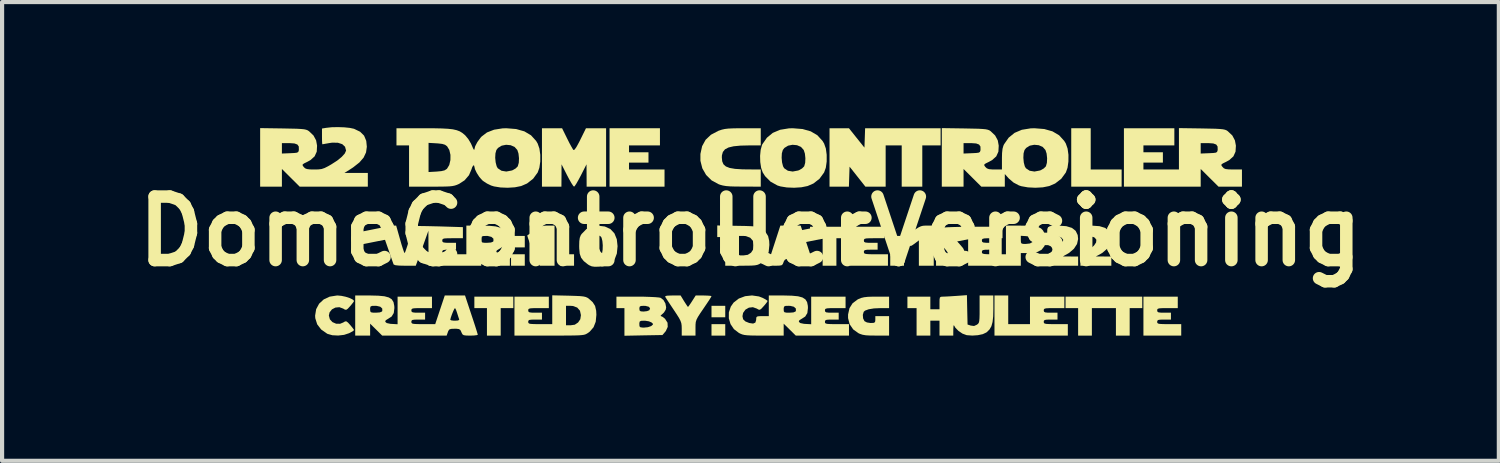
<source format=kicad_pcb>
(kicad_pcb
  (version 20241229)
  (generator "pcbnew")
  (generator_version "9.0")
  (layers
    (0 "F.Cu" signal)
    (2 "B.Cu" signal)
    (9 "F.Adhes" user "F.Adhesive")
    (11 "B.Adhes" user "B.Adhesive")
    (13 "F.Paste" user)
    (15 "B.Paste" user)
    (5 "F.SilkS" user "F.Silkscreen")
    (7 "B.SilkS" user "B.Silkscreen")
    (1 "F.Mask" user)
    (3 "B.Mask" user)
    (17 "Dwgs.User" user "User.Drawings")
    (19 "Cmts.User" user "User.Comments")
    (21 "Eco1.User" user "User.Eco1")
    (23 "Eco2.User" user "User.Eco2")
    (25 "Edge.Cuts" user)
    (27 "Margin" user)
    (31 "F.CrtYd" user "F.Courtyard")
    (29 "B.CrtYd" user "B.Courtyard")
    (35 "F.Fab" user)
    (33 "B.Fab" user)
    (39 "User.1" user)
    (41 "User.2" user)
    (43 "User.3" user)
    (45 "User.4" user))
  (footprint "DomeControllerVersioning"
    (layer "F.Cu")
    (at 14.957 2.501)
    (property "Reference" "DomeControllerVersioning" (at 0 0 0) (layer "F.SilkS") (effects (font (size 1.524 1.524) (thickness 0.3))))
    (attr board_only exclude_from_pos_files exclude_from_bom)
    (fp_poly (pts (xy -5.415 0.385) (xy -5.745 0.385) (xy -5.745 0.11) (xy -5.415 0.11)) (stroke (width 0) (type solid)) (fill yes) (layer "F.SilkS"))
    (fp_poly (pts (xy -5.415 0.825) (xy -5.745 0.825) (xy -5.745 0.55) (xy -5.415 0.55)) (stroke (width 0) (type solid)) (fill yes) (layer "F.SilkS"))
    (fp_poly (pts (xy -4.233 0.825) (xy -4.563 0.825) (xy -4.563 0.55) (xy -4.233 0.55)) (stroke (width 0) (type solid)) (fill yes) (layer "F.SilkS"))
    (fp_poly (pts (xy -0.605 2.062) (xy -0.935 2.062) (xy -0.935 1.787) (xy -0.605 1.787)) (stroke (width 0) (type solid)) (fill yes) (layer "F.SilkS"))
    (fp_poly (pts (xy -0.605 2.502) (xy -0.935 2.502) (xy -0.935 2.227) (xy -0.605 2.227)) (stroke (width 0) (type solid)) (fill yes) (layer "F.SilkS"))
    (fp_poly (pts (xy 3.684 0.385) (xy 3.354 0.385) (xy 3.354 0.11) (xy 3.684 0.11)) (stroke (width 0) (type solid)) (fill yes) (layer "F.SilkS"))
    (fp_poly (pts (xy 3.684 0.825) (xy 3.354 0.825) (xy 3.354 0.55) (xy 3.684 0.55)) (stroke (width 0) (type solid)) (fill yes) (layer "F.SilkS"))
    (fp_poly (pts (xy 8.164 -1.484) (xy 8.906 -1.484) (xy 8.906 -1.072) (xy 7.697 -1.072) (xy 7.697 -2.474) (xy 8.164 -2.474)) (stroke (width 0) (type solid)) (fill yes) (layer "F.SilkS"))
    (fp_poly (pts (xy -5.69 1.842) (xy -5.993 1.842) (xy -5.993 2.502) (xy -6.323 2.502) (xy -6.323 1.842) (xy -6.625 1.842) (xy -6.625 1.567) (xy -5.69 1.567)) (stroke (width 0) (type solid)) (fill yes) (layer "F.SilkS"))
    (fp_poly (pts (xy 2.364 0.165) (xy 2.062 0.165) (xy 2.062 0.825) (xy 1.732 0.825) (xy 1.732 0.165) (xy 1.429 0.165) (xy 1.429 -0.11) (xy 2.364 -0.11)) (stroke (width 0) (type solid)) (fill yes) (layer "F.SilkS"))
    (fp_poly (pts (xy -2.172 -2.062) (xy -2.914 -2.062) (xy -2.914 -1.897) (xy -2.447 -1.897) (xy -2.447 -1.649) (xy -2.914 -1.649) (xy -2.914 -1.484) (xy -2.062 -1.484) (xy -2.062 -1.072) (xy -3.381 -1.072) (xy -3.381 -2.474) (xy -2.172 -2.474)) (stroke (width 0) (type solid)) (fill yes) (layer "F.SilkS"))
    (fp_poly (pts (xy 9.401 1.842) (xy 9.099 1.842) (xy 9.099 2.502) (xy 8.769 2.502) (xy 8.769 1.842) (xy 8.192 1.842) (xy 8.192 2.502) (xy 7.862 2.502) (xy 7.862 1.842) (xy 7.56 1.842) (xy 7.56 1.567) (xy 9.401 1.567)) (stroke (width 0) (type solid)) (fill yes) (layer "F.SilkS"))
    (fp_poly (pts (xy 2.549 -2.241) (xy 2.735 -2.009) (xy 2.743 -2.241) (xy 2.751 -2.474) (xy 4.563 -2.474) (xy 4.563 -2.062) (xy 4.123 -2.062) (xy 4.123 -1.072) (xy 3.629 -1.072) (xy 3.629 -2.062) (xy 3.244 -2.062) (xy 3.244 -1.072) (xy 2.758 -1.072) (xy 2.568 -1.312) (xy 2.378 -1.552) (xy 2.37 -1.312) (xy 2.362 -1.072) (xy 1.897 -1.072) (xy 1.897 -2.474) (xy 2.363 -2.474)) (stroke (width 0) (type solid)) (fill yes) (layer "F.SilkS"))
    (fp_poly (pts (xy -4.701 0.825) (xy -5.058 0.825) (xy -5.058 0.217) (xy -5.155 0.291) (xy -5.215 0.333) (xy -5.254 0.354) (xy -5.26 0.354) (xy -5.277 0.321) (xy -5.302 0.26) (xy -5.328 0.189) (xy -5.348 0.129) (xy -5.355 0.098) (xy -5.355 0.098) (xy -5.224 0.007) (xy -5.13 -0.056) (xy -5.06 -0.098) (xy -5.007 -0.122) (xy -4.959 -0.134) (xy -4.908 -0.137) (xy -4.858 -0.137) (xy -4.701 -0.137)) (stroke (width 0) (type solid)) (fill yes) (layer "F.SilkS"))
    (fp_poly (pts (xy 4.398 0.825) (xy 4.041 0.825) (xy 4.041 0.217) (xy 3.944 0.291) (xy 3.884 0.333) (xy 3.845 0.354) (xy 3.838 0.354) (xy 3.822 0.321) (xy 3.797 0.26) (xy 3.771 0.189) (xy 3.751 0.129) (xy 3.744 0.098) (xy 3.744 0.098) (xy 3.874 0.007) (xy 3.969 -0.056) (xy 4.039 -0.098) (xy 4.092 -0.122) (xy 4.14 -0.134) (xy 4.191 -0.137) (xy 4.241 -0.137) (xy 4.398 -0.137)) (stroke (width 0) (type solid)) (fill yes) (layer "F.SilkS"))
    (fp_poly (pts (xy 3.216 0.165) (xy 2.969 0.165) (xy 2.851 0.166) (xy 2.778 0.17) (xy 2.739 0.18) (xy 2.724 0.198) (xy 2.721 0.22) (xy 2.727 0.251) (xy 2.754 0.267) (xy 2.813 0.274) (xy 2.886 0.275) (xy 3.051 0.275) (xy 3.051 0.44) (xy 2.886 0.44) (xy 2.794 0.442) (xy 2.744 0.451) (xy 2.724 0.47) (xy 2.721 0.495) (xy 2.725 0.519) (xy 2.742 0.535) (xy 2.783 0.544) (xy 2.857 0.549) (xy 2.974 0.55) (xy 3.01 0.55) (xy 3.299 0.55) (xy 3.299 0.825) (xy 2.392 0.825) (xy 2.392 -0.11) (xy 3.216 -0.11)) (stroke (width 0) (type solid)) (fill yes) (layer "F.SilkS"))
    (fp_poly (pts (xy 10.253 1.842) (xy 10.006 1.842) (xy 9.889 1.843) (xy 9.815 1.847) (xy 9.776 1.857) (xy 9.761 1.875) (xy 9.759 1.897) (xy 9.765 1.927) (xy 9.791 1.944) (xy 9.851 1.951) (xy 9.924 1.952) (xy 10.089 1.952) (xy 10.089 2.117) (xy 9.924 2.117) (xy 9.831 2.119) (xy 9.782 2.127) (xy 9.762 2.147) (xy 9.759 2.172) (xy 9.762 2.196) (xy 9.78 2.212) (xy 9.82 2.221) (xy 9.894 2.225) (xy 10.011 2.227) (xy 10.047 2.227) (xy 10.336 2.227) (xy 10.336 2.502) (xy 9.429 2.502) (xy 9.429 1.567) (xy 10.253 1.567)) (stroke (width 0) (type solid)) (fill yes) (layer "F.SilkS"))
    (fp_poly (pts (xy -4.397 -2.224) (xy -4.343 -2.116) (xy -4.294 -2.027) (xy -4.259 -1.967) (xy -4.246 -1.951) (xy -4.219 -1.962) (xy -4.175 -2.025) (xy -4.113 -2.138) (xy -4.082 -2.2) (xy -3.947 -2.474) (xy -3.464 -2.474) (xy -3.464 -1.072) (xy -3.931 -1.072) (xy -3.932 -1.34) (xy -3.934 -1.608) (xy -4.07 -1.34) (xy -4.128 -1.232) (xy -4.178 -1.144) (xy -4.216 -1.088) (xy -4.233 -1.072) (xy -4.256 -1.095) (xy -4.297 -1.158) (xy -4.349 -1.249) (xy -4.397 -1.34) (xy -4.533 -1.608) (xy -4.534 -1.34) (xy -4.536 -1.072) (xy -5.003 -1.072) (xy -5.003 -2.474) (xy -4.52 -2.474)) (stroke (width 0) (type solid)) (fill yes) (layer "F.SilkS"))
    (fp_poly (pts (xy 6.185 2.227) (xy 6.707 2.227) (xy 6.707 1.567) (xy 7.532 1.567) (xy 7.532 1.842) (xy 7.285 1.842) (xy 7.167 1.843) (xy 7.094 1.847) (xy 7.055 1.857) (xy 7.04 1.875) (xy 7.037 1.897) (xy 7.043 1.927) (xy 7.07 1.944) (xy 7.129 1.951) (xy 7.202 1.952) (xy 7.367 1.952) (xy 7.367 2.117) (xy 7.202 2.117) (xy 7.11 2.119) (xy 7.06 2.127) (xy 7.04 2.147) (xy 7.037 2.172) (xy 7.041 2.196) (xy 7.058 2.212) (xy 7.099 2.221) (xy 7.173 2.225) (xy 7.29 2.227) (xy 7.326 2.227) (xy 7.615 2.227) (xy 7.615 2.502) (xy 5.855 2.502) (xy 5.855 1.539) (xy 6.185 1.539)) (stroke (width 0) (type solid)) (fill yes) (layer "F.SilkS"))
    (fp_poly (pts (xy 7.578 -0.124) (xy 7.713 -0.083) (xy 7.803 -0.012) (xy 7.852 0.089) (xy 7.862 0.184) (xy 7.836 0.303) (xy 7.762 0.417) (xy 7.647 0.516) (xy 7.59 0.55) (xy 7.491 0.602) (xy 7.862 0.605) (xy 7.862 0.825) (xy 7.12 0.825) (xy 7.12 0.688) (xy 7.123 0.605) (xy 7.139 0.556) (xy 7.179 0.522) (xy 7.226 0.497) (xy 7.355 0.42) (xy 7.446 0.341) (xy 7.496 0.267) (xy 7.503 0.202) (xy 7.463 0.152) (xy 7.429 0.135) (xy 7.319 0.121) (xy 7.252 0.132) (xy 7.183 0.146) (xy 7.139 0.146) (xy 7.135 0.143) (xy 7.125 0.109) (xy 7.12 0.04) (xy 7.12 0.012) (xy 7.123 -0.056) (xy 7.141 -0.099) (xy 7.183 -0.124) (xy 7.258 -0.135) (xy 7.378 -0.137) (xy 7.398 -0.137)) (stroke (width 0) (type solid)) (fill yes) (layer "F.SilkS"))
    (fp_poly (pts (xy 8.375 -0.124) (xy 8.51 -0.083) (xy 8.6 -0.012) (xy 8.649 0.089) (xy 8.659 0.184) (xy 8.633 0.303) (xy 8.559 0.417) (xy 8.444 0.516) (xy 8.387 0.55) (xy 8.288 0.602) (xy 8.659 0.605) (xy 8.659 0.825) (xy 7.917 0.825) (xy 7.917 0.688) (xy 7.92 0.605) (xy 7.936 0.556) (xy 7.977 0.522) (xy 8.023 0.497) (xy 8.152 0.42) (xy 8.243 0.341) (xy 8.293 0.267) (xy 8.3 0.202) (xy 8.26 0.152) (xy 8.227 0.135) (xy 8.116 0.121) (xy 8.049 0.132) (xy 7.98 0.146) (xy 7.936 0.146) (xy 7.932 0.143) (xy 7.923 0.109) (xy 7.917 0.04) (xy 7.917 0.012) (xy 7.921 -0.056) (xy 7.938 -0.099) (xy 7.98 -0.124) (xy 8.056 -0.135) (xy 8.175 -0.137) (xy 8.195 -0.137)) (stroke (width 0) (type solid)) (fill yes) (layer "F.SilkS"))
    (fp_poly (pts (xy 3.326 1.842) (xy 3.127 1.842) (xy 2.964 1.849) (xy 2.836 1.87) (xy 2.749 1.902) (xy 2.717 1.931) (xy 2.696 2.004) (xy 2.703 2.089) (xy 2.736 2.155) (xy 2.737 2.156) (xy 2.795 2.186) (xy 2.878 2.199) (xy 2.888 2.199) (xy 2.958 2.196) (xy 2.989 2.177) (xy 2.996 2.132) (xy 2.996 2.117) (xy 2.996 2.034) (xy 3.326 2.034) (xy 3.326 2.502) (xy 3.017 2.501) (xy 2.872 2.5) (xy 2.767 2.494) (xy 2.69 2.481) (xy 2.626 2.46) (xy 2.59 2.443) (xy 2.465 2.353) (xy 2.38 2.229) (xy 2.342 2.082) (xy 2.342 1.996) (xy 2.376 1.843) (xy 2.451 1.725) (xy 2.571 1.635) (xy 2.593 1.624) (xy 2.657 1.598) (xy 2.728 1.581) (xy 2.818 1.571) (xy 2.943 1.567) (xy 3.019 1.567) (xy 3.326 1.567)) (stroke (width 0) (type solid)) (fill yes) (layer "F.SilkS"))
    (fp_poly (pts (xy -0.304 -0.132) (xy -0.126 -0.129) (xy 0.006 -0.124) (xy 0.101 -0.118) (xy 0.167 -0.109) (xy 0.212 -0.097) (xy 0.247 -0.079) (xy 0.264 -0.067) (xy 0.364 0.021) (xy 0.423 0.113) (xy 0.449 0.228) (xy 0.454 0.325) (xy 0.437 0.493) (xy 0.386 0.624) (xy 0.296 0.728) (xy 0.249 0.763) (xy 0.207 0.788) (xy 0.163 0.805) (xy 0.106 0.816) (xy 0.024 0.822) (xy -0.093 0.824) (xy -0.224 0.825) (xy -0.605 0.825) (xy -0.605 0.577) (xy -0.275 0.577) (xy -0.164 0.577) (xy -0.064 0.563) (xy 0.012 0.513) (xy 0.015 0.51) (xy 0.067 0.432) (xy 0.082 0.333) (xy 0.059 0.227) (xy -0.006 0.153) (xy -0.11 0.114) (xy -0.169 0.11) (xy -0.275 0.11) (xy -0.275 0.577) (xy -0.605 0.577) (xy -0.605 0.137) (xy -0.797 0.137) (xy -0.797 -0.141)) (stroke (width 0) (type solid)) (fill yes) (layer "F.SilkS"))
    (fp_poly (pts (xy 0.247 -2.062) (xy -0.024 -2.062) (xy -0.239 -2.057) (xy -0.405 -2.041) (xy -0.527 -2.012) (xy -0.611 -1.968) (xy -0.662 -1.905) (xy -0.685 -1.823) (xy -0.687 -1.773) (xy -0.678 -1.68) (xy -0.648 -1.609) (xy -0.59 -1.557) (xy -0.499 -1.521) (xy -0.37 -1.499) (xy -0.195 -1.488) (xy -0.048 -1.486) (xy 0.247 -1.484) (xy 0.247 -1.072) (xy -0.186 -1.074) (xy -0.359 -1.075) (xy -0.489 -1.079) (xy -0.586 -1.087) (xy -0.663 -1.1) (xy -0.729 -1.118) (xy -0.766 -1.132) (xy -0.933 -1.223) (xy -1.064 -1.353) (xy -1.155 -1.512) (xy -1.201 -1.694) (xy -1.201 -1.857) (xy -1.16 -2.044) (xy -1.076 -2.197) (xy -0.948 -2.318) (xy -0.774 -2.41) (xy -0.755 -2.417) (xy -0.687 -2.44) (xy -0.616 -2.456) (xy -0.531 -2.466) (xy -0.421 -2.471) (xy -0.273 -2.474) (xy -0.178 -2.474) (xy 0.247 -2.474)) (stroke (width 0) (type solid)) (fill yes) (layer "F.SilkS"))
    (fp_poly (pts (xy -1.592 1.677) (xy -1.545 1.75) (xy -1.511 1.8) (xy -1.499 1.814) (xy -1.481 1.793) (xy -1.442 1.738) (xy -1.402 1.677) (xy -1.314 1.539) (xy -1.124 1.539) (xy -1.03 1.542) (xy -0.962 1.547) (xy -0.935 1.555) (xy -0.935 1.556) (xy -0.949 1.583) (xy -0.989 1.647) (xy -1.049 1.737) (xy -1.122 1.844) (xy -1.127 1.852) (xy -1.207 1.969) (xy -1.261 2.054) (xy -1.294 2.118) (xy -1.312 2.175) (xy -1.318 2.235) (xy -1.319 2.312) (xy -1.319 2.502) (xy -1.649 2.502) (xy -1.649 2.336) (xy -1.651 2.264) (xy -1.659 2.205) (xy -1.679 2.147) (xy -1.715 2.077) (xy -1.774 1.984) (xy -1.837 1.889) (xy -1.911 1.778) (xy -1.975 1.681) (xy -2.021 1.61) (xy -2.044 1.574) (xy -2.045 1.574) (xy -2.042 1.555) (xy -2.003 1.544) (xy -1.92 1.54) (xy -1.871 1.539) (xy -1.676 1.539)) (stroke (width 0) (type solid)) (fill yes) (layer "F.SilkS"))
    (fp_poly (pts (xy -3.494 -0.116) (xy -3.36 -0.054) (xy -3.264 0.049) (xy -3.207 0.19) (xy -3.189 0.356) (xy -3.206 0.533) (xy -3.258 0.669) (xy -3.347 0.765) (xy -3.476 0.824) (xy -3.628 0.847) (xy -3.735 0.85) (xy -3.808 0.84) (xy -3.868 0.814) (xy -3.901 0.793) (xy -4 0.714) (xy -4.063 0.634) (xy -4.097 0.536) (xy -4.109 0.404) (xy -4.109 0.386) (xy -3.759 0.386) (xy -3.759 0.389) (xy -3.742 0.507) (xy -3.711 0.59) (xy -3.668 0.63) (xy -3.655 0.632) (xy -3.62 0.615) (xy -3.589 0.589) (xy -3.562 0.532) (xy -3.547 0.441) (xy -3.544 0.335) (xy -3.553 0.232) (xy -3.573 0.153) (xy -3.591 0.124) (xy -3.647 0.093) (xy -3.695 0.109) (xy -3.733 0.168) (xy -3.756 0.262) (xy -3.759 0.386) (xy -4.109 0.386) (xy -4.11 0.357) (xy -4.107 0.237) (xy -4.096 0.156) (xy -4.074 0.098) (xy -4.052 0.064) (xy -3.939 -0.052) (xy -3.807 -0.118) (xy -3.663 -0.137)) (stroke (width 0) (type solid)) (fill yes) (layer "F.SilkS"))
    (fp_poly (pts (xy -9.814 1.548) (xy -9.714 1.569) (xy -9.621 1.599) (xy -9.549 1.633) (xy -9.514 1.665) (xy -9.512 1.672) (xy -9.53 1.702) (xy -9.573 1.757) (xy -9.606 1.796) (xy -9.662 1.857) (xy -9.699 1.882) (xy -9.732 1.878) (xy -9.771 1.854) (xy -9.864 1.82) (xy -9.959 1.829) (xy -10.042 1.872) (xy -10.099 1.944) (xy -10.116 2.02) (xy -10.092 2.111) (xy -10.03 2.178) (xy -9.943 2.216) (xy -9.847 2.218) (xy -9.771 2.187) (xy -9.727 2.161) (xy -9.694 2.161) (xy -9.656 2.19) (xy -9.606 2.245) (xy -9.553 2.309) (xy -9.519 2.355) (xy -9.512 2.368) (xy -9.534 2.39) (xy -9.591 2.424) (xy -9.63 2.444) (xy -9.752 2.484) (xy -9.893 2.5) (xy -10.032 2.493) (xy -10.146 2.461) (xy -10.157 2.456) (xy -10.301 2.355) (xy -10.396 2.231) (xy -10.442 2.085) (xy -10.446 2.023) (xy -10.421 1.868) (xy -10.35 1.736) (xy -10.24 1.634) (xy -10.097 1.567) (xy -9.926 1.54) (xy -9.906 1.539)) (stroke (width 0) (type solid)) (fill yes) (layer "F.SilkS"))
    (fp_poly (pts (xy 5.201 1.884) (xy 5.209 2.236) (xy 5.286 2.261) (xy 5.365 2.271) (xy 5.43 2.242) (xy 5.459 2.221) (xy 5.478 2.195) (xy 5.489 2.154) (xy 5.495 2.088) (xy 5.498 1.985) (xy 5.498 1.869) (xy 5.498 1.539) (xy 5.828 1.539) (xy 5.828 1.862) (xy 5.824 2.042) (xy 5.809 2.176) (xy 5.781 2.277) (xy 5.737 2.353) (xy 5.674 2.416) (xy 5.657 2.428) (xy 5.574 2.467) (xy 5.456 2.492) (xy 5.324 2.501) (xy 5.198 2.492) (xy 5.184 2.49) (xy 5.087 2.454) (xy 4.991 2.389) (xy 4.916 2.312) (xy 4.892 2.27) (xy 4.879 2.25) (xy 4.871 2.277) (xy 4.867 2.355) (xy 4.867 2.357) (xy 4.866 2.502) (xy 4.536 2.502) (xy 4.536 2.144) (xy 4.316 2.144) (xy 4.316 2.502) (xy 3.986 2.502) (xy 3.986 1.842) (xy 3.766 1.842) (xy 3.766 1.567) (xy 4.316 1.567) (xy 4.316 1.869) (xy 4.536 1.869) (xy 4.536 1.718) (xy 4.537 1.632) (xy 4.546 1.587) (xy 4.57 1.57) (xy 4.614 1.567) (xy 4.676 1.565) (xy 4.776 1.56) (xy 4.895 1.552) (xy 4.943 1.549) (xy 5.194 1.531)) (stroke (width 0) (type solid)) (fill yes) (layer "F.SilkS"))
    (fp_poly (pts (xy 1.25 -2.455) (xy 1.447 -2.399) (xy 1.606 -2.305) (xy 1.728 -2.171) (xy 1.767 -2.107) (xy 1.809 -1.987) (xy 1.829 -1.836) (xy 1.829 -1.676) (xy 1.808 -1.526) (xy 1.767 -1.413) (xy 1.657 -1.262) (xy 1.511 -1.148) (xy 1.37 -1.087) (xy 1.22 -1.057) (xy 1.048 -1.046) (xy 0.874 -1.053) (xy 0.72 -1.078) (xy 0.649 -1.1) (xy 0.482 -1.192) (xy 0.351 -1.324) (xy 0.293 -1.416) (xy 0.256 -1.523) (xy 0.235 -1.662) (xy 0.232 -1.765) (xy 0.748 -1.765) (xy 0.758 -1.654) (xy 0.782 -1.561) (xy 0.809 -1.514) (xy 0.898 -1.454) (xy 1.013 -1.435) (xy 1.141 -1.459) (xy 1.167 -1.468) (xy 1.238 -1.509) (xy 1.287 -1.558) (xy 1.29 -1.563) (xy 1.313 -1.645) (xy 1.318 -1.754) (xy 1.306 -1.866) (xy 1.278 -1.952) (xy 1.212 -2.026) (xy 1.117 -2.067) (xy 1.009 -2.077) (xy 0.903 -2.056) (xy 0.815 -2.002) (xy 0.776 -1.951) (xy 0.753 -1.871) (xy 0.748 -1.765) (xy 0.232 -1.765) (xy 0.231 -1.813) (xy 0.245 -1.955) (xy 0.276 -2.069) (xy 0.285 -2.089) (xy 0.395 -2.247) (xy 0.536 -2.363) (xy 0.711 -2.437) (xy 0.922 -2.471) (xy 1.013 -2.474)) (stroke (width 0) (type solid)) (fill yes) (layer "F.SilkS"))
    (fp_poly (pts (xy 1.358 0.323) (xy 1.408 0.473) (xy 1.451 0.605) (xy 1.485 0.71) (xy 1.506 0.78) (xy 1.512 0.804) (xy 1.487 0.815) (xy 1.421 0.822) (xy 1.331 0.825) (xy 1.233 0.823) (xy 1.176 0.816) (xy 1.145 0.796) (xy 1.125 0.758) (xy 1.119 0.742) (xy 1.095 0.692) (xy 1.06 0.668) (xy 0.998 0.66) (xy 0.955 0.66) (xy 0.873 0.663) (xy 0.829 0.678) (xy 0.804 0.714) (xy 0.793 0.742) (xy 0.775 0.787) (xy 0.749 0.812) (xy 0.701 0.822) (xy 0.616 0.825) (xy 0.588 0.825) (xy 0.498 0.823) (xy 0.435 0.818) (xy 0.412 0.812) (xy 0.42 0.783) (xy 0.443 0.711) (xy 0.477 0.603) (xy 0.52 0.469) (xy 0.527 0.447) (xy 0.852 0.447) (xy 0.877 0.459) (xy 0.938 0.467) (xy 0.965 0.467) (xy 1.038 0.463) (xy 1.065 0.446) (xy 1.063 0.429) (xy 1.046 0.379) (xy 1.022 0.303) (xy 1.015 0.278) (xy 0.99 0.209) (xy 0.969 0.169) (xy 0.963 0.165) (xy 0.946 0.188) (xy 0.919 0.245) (xy 0.89 0.318) (xy 0.865 0.389) (xy 0.853 0.44) (xy 0.852 0.447) (xy 0.527 0.447) (xy 0.565 0.331) (xy 0.717 -0.137) (xy 1.205 -0.137)) (stroke (width 0) (type solid)) (fill yes) (layer "F.SilkS"))
    (fp_poly (pts (xy 10.829 -2.469) (xy 11.018 -2.465) (xy 11.159 -2.462) (xy 11.263 -2.456) (xy 11.335 -2.449) (xy 11.386 -2.438) (xy 11.422 -2.424) (xy 11.452 -2.404) (xy 11.452 -2.404) (xy 11.562 -2.3) (xy 11.624 -2.183) (xy 11.648 -2.056) (xy 11.639 -1.912) (xy 11.588 -1.799) (xy 11.489 -1.71) (xy 11.411 -1.667) (xy 11.335 -1.63) (xy 11.301 -1.605) (xy 11.301 -1.58) (xy 11.327 -1.545) (xy 11.359 -1.513) (xy 11.402 -1.495) (xy 11.471 -1.487) (xy 11.58 -1.484) (xy 11.584 -1.484) (xy 11.793 -1.484) (xy 11.793 -1.072) (xy 11.231 -1.072) (xy 11.017 -1.284) (xy 10.803 -1.497) (xy 10.803 -1.072) (xy 8.961 -1.072) (xy 8.961 -2.474) (xy 10.171 -2.474) (xy 10.171 -2.062) (xy 9.429 -2.062) (xy 9.429 -1.897) (xy 9.896 -1.897) (xy 9.896 -1.649) (xy 9.429 -1.649) (xy 9.429 -1.484) (xy 10.281 -1.484) (xy 10.281 -1.867) (xy 10.803 -1.867) (xy 11.003 -1.875) (xy 11.105 -1.88) (xy 11.166 -1.888) (xy 11.195 -1.905) (xy 11.207 -1.935) (xy 11.211 -1.96) (xy 11.208 -2.036) (xy 11.176 -2.083) (xy 11.105 -2.109) (xy 10.988 -2.117) (xy 10.979 -2.117) (xy 10.803 -2.117) (xy 10.803 -1.867) (xy 10.281 -1.867) (xy 10.281 -2.477)) (stroke (width 0) (type solid)) (fill yes) (layer "F.SilkS"))
    (fp_poly (pts (xy -2.559 1.568) (xy -2.41 1.573) (xy -2.286 1.579) (xy -2.197 1.587) (xy -2.158 1.594) (xy -2.089 1.646) (xy -2.041 1.73) (xy -2.023 1.823) (xy -2.033 1.879) (xy -2.075 1.947) (xy -2.121 1.99) (xy -2.155 2.021) (xy -2.15 2.034) (xy -2.149 2.034) (xy -2.107 2.052) (xy -2.052 2.096) (xy -2.047 2.102) (xy -1.99 2.192) (xy -1.985 2.292) (xy -2.031 2.393) (xy -2.046 2.411) (xy -2.112 2.488) (xy -2.568 2.496) (xy -3.024 2.505) (xy -3.024 2.227) (xy -2.666 2.227) (xy -2.663 2.278) (xy -2.641 2.302) (xy -2.586 2.309) (xy -2.548 2.309) (xy -2.461 2.3) (xy -2.39 2.276) (xy -2.376 2.268) (xy -2.339 2.235) (xy -2.346 2.21) (xy -2.376 2.185) (xy -2.437 2.159) (xy -2.523 2.145) (xy -2.548 2.144) (xy -2.622 2.147) (xy -2.656 2.162) (xy -2.666 2.2) (xy -2.666 2.227) (xy -3.024 2.227) (xy -3.024 1.856) (xy -2.666 1.856) (xy -2.66 1.9) (xy -2.631 1.92) (xy -2.563 1.924) (xy -2.56 1.924) (xy -2.483 1.915) (xy -2.429 1.894) (xy -2.423 1.888) (xy -2.409 1.843) (xy -2.443 1.808) (xy -2.517 1.789) (xy -2.562 1.787) (xy -2.631 1.791) (xy -2.66 1.811) (xy -2.666 1.856) (xy -3.024 1.856) (xy -3.024 1.842) (xy -3.216 1.842) (xy -3.216 1.567) (xy -2.723 1.567)) (stroke (width 0) (type solid)) (fill yes) (layer "F.SilkS"))
    (fp_poly (pts (xy -4.359 1.544) (xy -4.199 1.549) (xy -4.085 1.554) (xy -4.005 1.563) (xy -3.95 1.576) (xy -3.91 1.594) (xy -3.886 1.61) (xy -3.787 1.698) (xy -3.728 1.79) (xy -3.702 1.905) (xy -3.697 2.002) (xy -3.713 2.169) (xy -3.765 2.301) (xy -3.855 2.405) (xy -3.902 2.44) (xy -3.93 2.457) (xy -3.958 2.471) (xy -3.995 2.482) (xy -4.045 2.489) (xy -4.117 2.495) (xy -4.215 2.498) (xy -4.346 2.5) (xy -4.518 2.501) (xy -4.735 2.502) (xy -4.828 2.502) (xy -5.663 2.502) (xy -5.663 2.254) (xy -4.426 2.254) (xy -4.315 2.254) (xy -4.215 2.24) (xy -4.139 2.189) (xy -4.136 2.187) (xy -4.083 2.109) (xy -4.068 2.01) (xy -4.091 1.904) (xy -4.157 1.829) (xy -4.261 1.791) (xy -4.32 1.787) (xy -4.426 1.787) (xy -4.426 2.254) (xy -5.663 2.254) (xy -5.663 1.567) (xy -4.838 1.567) (xy -4.838 1.842) (xy -5.085 1.842) (xy -5.203 1.843) (xy -5.276 1.847) (xy -5.315 1.857) (xy -5.331 1.875) (xy -5.333 1.897) (xy -5.327 1.927) (xy -5.3 1.944) (xy -5.241 1.951) (xy -5.168 1.952) (xy -5.003 1.952) (xy -5.003 2.117) (xy -5.168 2.117) (xy -5.26 2.119) (xy -5.31 2.127) (xy -5.33 2.147) (xy -5.333 2.172) (xy -5.329 2.196) (xy -5.312 2.212) (xy -5.271 2.221) (xy -5.197 2.225) (xy -5.08 2.227) (xy -5.044 2.227) (xy -4.756 2.227) (xy -4.756 1.535)) (stroke (width 0) (type solid)) (fill yes) (layer "F.SilkS"))
    (fp_poly (pts (xy -9.747 -2.496) (xy -9.613 -2.482) (xy -9.513 -2.461) (xy -9.509 -2.459) (xy -9.366 -2.39) (xy -9.271 -2.296) (xy -9.219 -2.171) (xy -9.205 -2.029) (xy -9.224 -1.894) (xy -9.282 -1.77) (xy -9.383 -1.653) (xy -9.533 -1.535) (xy -9.606 -1.487) (xy -9.742 -1.402) (xy -9.181 -1.402) (xy -9.181 -1.072) (xy -10.816 -1.072) (xy -11.029 -1.284) (xy -11.243 -1.497) (xy -11.243 -1.072) (xy -11.765 -1.072) (xy -11.765 -1.867) (xy -11.243 -1.867) (xy -11.044 -1.875) (xy -10.941 -1.88) (xy -10.881 -1.888) (xy -10.851 -1.905) (xy -10.839 -1.935) (xy -10.836 -1.96) (xy -10.838 -2.036) (xy -10.871 -2.083) (xy -10.942 -2.109) (xy -11.058 -2.117) (xy -11.068 -2.117) (xy -11.243 -2.117) (xy -11.243 -1.867) (xy -11.765 -1.867) (xy -11.765 -2.477) (xy -11.218 -2.469) (xy -11.029 -2.465) (xy -10.887 -2.462) (xy -10.784 -2.456) (xy -10.711 -2.449) (xy -10.661 -2.438) (xy -10.625 -2.424) (xy -10.595 -2.404) (xy -10.594 -2.404) (xy -10.485 -2.3) (xy -10.422 -2.183) (xy -10.399 -2.056) (xy -10.407 -1.912) (xy -10.458 -1.799) (xy -10.557 -1.71) (xy -10.635 -1.667) (xy -10.711 -1.63) (xy -10.745 -1.605) (xy -10.745 -1.58) (xy -10.72 -1.545) (xy -10.687 -1.513) (xy -10.642 -1.495) (xy -10.571 -1.486) (xy -10.468 -1.484) (xy -10.366 -1.486) (xy -10.289 -1.496) (xy -10.218 -1.52) (xy -10.133 -1.563) (xy -10.057 -1.607) (xy -9.917 -1.697) (xy -9.808 -1.786) (xy -9.734 -1.868) (xy -9.704 -1.935) (xy -9.704 -1.942) (xy -9.728 -2.03) (xy -9.795 -2.092) (xy -9.9 -2.126) (xy -10.037 -2.128) (xy -10.106 -2.118) (xy -10.192 -2.103) (xy -10.253 -2.092) (xy -10.272 -2.089) (xy -10.277 -2.114) (xy -10.28 -2.18) (xy -10.281 -2.273) (xy -10.281 -2.278) (xy -10.281 -2.467) (xy -10.178 -2.484) (xy -10.048 -2.498) (xy -9.898 -2.501)) (stroke (width 0) (type solid)) (fill yes) (layer "F.SilkS"))
    (fp_poly (pts (xy 6.671 -0.135) (xy 6.807 -0.124) (xy 6.904 -0.103) (xy 6.973 -0.069) (xy 7.02 -0.02) (xy 7.053 0.042) (xy 7.089 0.177) (xy 7.075 0.299) (xy 7.051 0.358) (xy 6.984 0.443) (xy 6.883 0.495) (xy 6.743 0.52) (xy 6.667 0.522) (xy 6.487 0.522) (xy 6.487 0.825) (xy 5.223 0.825) (xy 5.223 0.165) (xy 5.087 0.165) (xy 5.006 0.169) (xy 4.95 0.18) (xy 4.937 0.188) (xy 4.946 0.22) (xy 4.986 0.271) (xy 5.006 0.291) (xy 5.102 0.404) (xy 5.157 0.519) (xy 5.17 0.628) (xy 5.139 0.72) (xy 5.096 0.768) (xy 5.055 0.794) (xy 5.006 0.811) (xy 4.936 0.82) (xy 4.831 0.824) (xy 4.738 0.825) (xy 4.453 0.825) (xy 4.453 0.55) (xy 4.586 0.55) (xy 4.667 0.546) (xy 4.724 0.538) (xy 4.736 0.532) (xy 4.729 0.505) (xy 4.691 0.45) (xy 4.634 0.382) (xy 4.569 0.3) (xy 4.52 0.223) (xy 4.501 0.175) (xy 4.501 0.081) (xy 4.529 -0.01) (xy 4.578 -0.074) (xy 4.592 -0.083) (xy 4.634 -0.091) (xy 4.724 -0.098) (xy 4.855 -0.103) (xy 5.021 -0.107) (xy 5.214 -0.11) (xy 5.345 -0.11) (xy 6.048 -0.11) (xy 6.048 0.165) (xy 5.8 0.165) (xy 5.683 0.166) (xy 5.61 0.17) (xy 5.571 0.18) (xy 5.555 0.198) (xy 5.553 0.22) (xy 5.559 0.251) (xy 5.585 0.267) (xy 5.645 0.274) (xy 5.718 0.275) (xy 5.883 0.275) (xy 5.883 0.44) (xy 5.718 0.44) (xy 5.626 0.442) (xy 5.576 0.451) (xy 5.556 0.47) (xy 5.553 0.495) (xy 5.556 0.519) (xy 5.574 0.535) (xy 5.615 0.544) (xy 5.688 0.549) (xy 5.805 0.55) (xy 5.841 0.55) (xy 6.13 0.55) (xy 6.13 0.107) (xy 6.487 0.107) (xy 6.487 0.205) (xy 6.49 0.265) (xy 6.508 0.294) (xy 6.557 0.302) (xy 6.608 0.302) (xy 6.706 0.291) (xy 6.764 0.259) (xy 6.787 0.203) (xy 6.76 0.157) (xy 6.688 0.126) (xy 6.615 0.115) (xy 6.487 0.107) (xy 6.13 0.107) (xy 6.13 -0.137) (xy 6.489 -0.137)) (stroke (width 0) (type solid)) (fill yes) (layer "F.SilkS"))
    (fp_poly (pts (xy 5.139 -2.469) (xy 5.327 -2.465) (xy 5.469 -2.462) (xy 5.572 -2.456) (xy 5.645 -2.449) (xy 5.695 -2.438) (xy 5.732 -2.424) (xy 5.762 -2.404) (xy 5.762 -2.404) (xy 5.871 -2.3) (xy 5.934 -2.183) (xy 5.957 -2.056) (xy 5.949 -1.912) (xy 5.898 -1.799) (xy 5.799 -1.71) (xy 5.721 -1.667) (xy 5.645 -1.63) (xy 5.611 -1.605) (xy 5.611 -1.58) (xy 5.636 -1.545) (xy 5.673 -1.511) (xy 5.724 -1.492) (xy 5.805 -1.485) (xy 5.86 -1.484) (xy 6.034 -1.484) (xy 6.034 -1.739) (xy 6.034 -1.765) (xy 6.548 -1.765) (xy 6.558 -1.654) (xy 6.582 -1.561) (xy 6.609 -1.514) (xy 6.699 -1.454) (xy 6.814 -1.435) (xy 6.942 -1.459) (xy 6.967 -1.468) (xy 7.038 -1.509) (xy 7.087 -1.558) (xy 7.09 -1.563) (xy 7.113 -1.645) (xy 7.118 -1.754) (xy 7.106 -1.866) (xy 7.078 -1.952) (xy 7.012 -2.026) (xy 6.917 -2.067) (xy 6.809 -2.077) (xy 6.703 -2.056) (xy 6.616 -2.002) (xy 6.576 -1.951) (xy 6.553 -1.871) (xy 6.548 -1.765) (xy 6.034 -1.765) (xy 6.037 -1.879) (xy 6.048 -1.98) (xy 6.069 -2.055) (xy 6.085 -2.089) (xy 6.195 -2.247) (xy 6.337 -2.363) (xy 6.511 -2.437) (xy 6.722 -2.471) (xy 6.813 -2.474) (xy 7.05 -2.455) (xy 7.247 -2.399) (xy 7.406 -2.305) (xy 7.528 -2.171) (xy 7.567 -2.107) (xy 7.609 -1.987) (xy 7.63 -1.836) (xy 7.629 -1.676) (xy 7.608 -1.526) (xy 7.568 -1.413) (xy 7.458 -1.262) (xy 7.311 -1.148) (xy 7.17 -1.087) (xy 7.015 -1.056) (xy 6.837 -1.046) (xy 6.658 -1.055) (xy 6.5 -1.083) (xy 6.442 -1.102) (xy 6.312 -1.171) (xy 6.202 -1.265) (xy 6.201 -1.266) (xy 6.103 -1.375) (xy 6.103 -1.072) (xy 5.54 -1.072) (xy 5.327 -1.284) (xy 5.113 -1.497) (xy 5.113 -1.072) (xy 4.591 -1.072) (xy 4.591 -1.867) (xy 5.113 -1.867) (xy 5.312 -1.875) (xy 5.415 -1.88) (xy 5.475 -1.888) (xy 5.505 -1.905) (xy 5.517 -1.935) (xy 5.52 -1.96) (xy 5.518 -2.036) (xy 5.485 -2.083) (xy 5.415 -2.109) (xy 5.298 -2.117) (xy 5.288 -2.117) (xy 5.113 -2.117) (xy 5.113 -1.867) (xy 4.591 -1.867) (xy 4.591 -2.477)) (stroke (width 0) (type solid)) (fill yes) (layer "F.SilkS"))
    (fp_poly (pts (xy -7.6 -2.473) (xy -7.409 -2.469) (xy -7.258 -2.461) (xy -7.141 -2.448) (xy -7.049 -2.427) (xy -6.975 -2.399) (xy -6.913 -2.361) (xy -6.855 -2.313) (xy -6.836 -2.294) (xy -6.769 -2.212) (xy -6.707 -2.108) (xy -6.684 -2.056) (xy -6.654 -1.987) (xy -6.633 -1.954) (xy -6.626 -1.96) (xy -6.605 -2.043) (xy -6.552 -2.144) (xy -6.477 -2.246) (xy -6.451 -2.275) (xy -6.322 -2.373) (xy -6.152 -2.439) (xy -5.948 -2.471) (xy -5.859 -2.474) (xy -5.623 -2.455) (xy -5.425 -2.399) (xy -5.266 -2.305) (xy -5.144 -2.171) (xy -5.106 -2.107) (xy -5.064 -1.987) (xy -5.043 -1.836) (xy -5.043 -1.676) (xy -5.065 -1.526) (xy -5.105 -1.413) (xy -5.215 -1.262) (xy -5.361 -1.148) (xy -5.502 -1.087) (xy -5.652 -1.057) (xy -5.825 -1.046) (xy -5.998 -1.053) (xy -6.153 -1.078) (xy -6.224 -1.1) (xy -6.321 -1.147) (xy -6.41 -1.205) (xy -6.439 -1.229) (xy -6.507 -1.307) (xy -6.567 -1.4) (xy -6.61 -1.49) (xy -6.625 -1.554) (xy -6.634 -1.585) (xy -6.656 -1.575) (xy -6.68 -1.531) (xy -6.692 -1.492) (xy -6.754 -1.347) (xy -6.86 -1.224) (xy -6.991 -1.139) (xy -7.043 -1.116) (xy -7.093 -1.099) (xy -7.15 -1.087) (xy -7.224 -1.079) (xy -7.323 -1.075) (xy -7.457 -1.073) (xy -7.635 -1.072) (xy -7.663 -1.072) (xy -8.192 -1.072) (xy -8.192 -2.062) (xy -8.494 -2.062) (xy -8.494 -2.123) (xy -7.724 -2.123) (xy -7.724 -1.423) (xy -7.532 -1.434) (xy -7.417 -1.445) (xy -7.341 -1.463) (xy -7.29 -1.495) (xy -7.281 -1.503) (xy -7.227 -1.592) (xy -7.2 -1.709) (xy -7.199 -1.765) (xy -6.125 -1.765) (xy -6.114 -1.654) (xy -6.09 -1.561) (xy -6.064 -1.514) (xy -5.974 -1.454) (xy -5.859 -1.435) (xy -5.731 -1.459) (xy -5.705 -1.468) (xy -5.634 -1.509) (xy -5.585 -1.558) (xy -5.583 -1.563) (xy -5.559 -1.645) (xy -5.554 -1.754) (xy -5.566 -1.866) (xy -5.594 -1.952) (xy -5.66 -2.026) (xy -5.755 -2.067) (xy -5.864 -2.077) (xy -5.969 -2.056) (xy -6.057 -2.002) (xy -6.097 -1.951) (xy -6.119 -1.871) (xy -6.125 -1.765) (xy -7.199 -1.765) (xy -7.199 -1.836) (xy -7.226 -1.953) (xy -7.28 -2.042) (xy -7.281 -2.042) (xy -7.328 -2.077) (xy -7.396 -2.098) (xy -7.5 -2.11) (xy -7.532 -2.112) (xy -7.724 -2.123) (xy -8.494 -2.123) (xy -8.494 -2.474) (xy -7.839 -2.474)) (stroke (width 0) (type solid)) (fill yes) (layer "F.SilkS"))
    (fp_poly (pts (xy 0.203 1.562) (xy 0.294 1.597) (xy 0.363 1.634) (xy 0.405 1.663) (xy 0.411 1.672) (xy 0.394 1.702) (xy 0.351 1.757) (xy 0.317 1.796) (xy 0.261 1.857) (xy 0.225 1.882) (xy 0.192 1.877) (xy 0.153 1.854) (xy 0.058 1.82) (xy -0.038 1.831) (xy -0.121 1.879) (xy -0.177 1.957) (xy -0.192 2.037) (xy -0.176 2.11) (xy -0.121 2.162) (xy -0.029 2.199) (xy 0.063 2.213) (xy 0.117 2.19) (xy 0.137 2.127) (xy 0.137 2.114) (xy 0.14 2.068) (xy 0.158 2.045) (xy 0.203 2.036) (xy 0.289 2.034) (xy 0.44 2.034) (xy 0.44 1.869) (xy 0.797 1.869) (xy 0.8 1.918) (xy 0.818 1.942) (xy 0.866 1.951) (xy 0.935 1.952) (xy 1.031 1.945) (xy 1.08 1.924) (xy 1.09 1.91) (xy 1.089 1.852) (xy 1.041 1.809) (xy 0.954 1.788) (xy 0.918 1.787) (xy 0.843 1.789) (xy 0.808 1.804) (xy 0.798 1.841) (xy 0.797 1.869) (xy 0.44 1.869) (xy 0.44 1.539) (xy 0.799 1.539) (xy 0.994 1.544) (xy 1.142 1.558) (xy 1.248 1.587) (xy 1.318 1.632) (xy 1.359 1.698) (xy 1.377 1.788) (xy 1.379 1.839) (xy 1.365 1.96) (xy 1.314 2.044) (xy 1.237 2.094) (xy 1.172 2.134) (xy 1.16 2.171) (xy 1.197 2.201) (xy 1.283 2.219) (xy 1.313 2.221) (xy 1.457 2.229) (xy 1.457 1.567) (xy 2.282 1.567) (xy 2.282 1.842) (xy 2.034 1.842) (xy 1.917 1.843) (xy 1.844 1.847) (xy 1.805 1.857) (xy 1.789 1.875) (xy 1.787 1.897) (xy 1.793 1.927) (xy 1.819 1.944) (xy 1.879 1.951) (xy 1.952 1.952) (xy 2.117 1.952) (xy 2.117 2.117) (xy 1.952 2.117) (xy 1.86 2.119) (xy 1.81 2.127) (xy 1.79 2.147) (xy 1.787 2.172) (xy 1.79 2.196) (xy 1.808 2.212) (xy 1.849 2.221) (xy 1.922 2.225) (xy 2.039 2.227) (xy 2.075 2.227) (xy 2.364 2.227) (xy 2.364 2.502) (xy 1.088 2.502) (xy 0.942 2.358) (xy 0.797 2.215) (xy 0.797 2.502) (xy 0.32 2.502) (xy 0.146 2.501) (xy 0.016 2.499) (xy -0.078 2.494) (xy -0.146 2.486) (xy -0.199 2.473) (xy -0.245 2.454) (xy -0.277 2.438) (xy -0.397 2.346) (xy -0.478 2.226) (xy -0.519 2.088) (xy -0.518 1.944) (xy -0.472 1.806) (xy -0.404 1.709) (xy -0.28 1.613) (xy -0.128 1.556) (xy 0.038 1.538)) (stroke (width 0) (type solid)) (fill yes) (layer "F.SilkS"))
    (fp_poly (pts (xy -8.929 1.544) (xy -8.782 1.558) (xy -8.676 1.587) (xy -8.606 1.632) (xy -8.565 1.698) (xy -8.547 1.788) (xy -8.544 1.839) (xy -8.559 1.96) (xy -8.61 2.044) (xy -8.687 2.094) (xy -8.752 2.134) (xy -8.764 2.171) (xy -8.726 2.201) (xy -8.641 2.219) (xy -8.611 2.221) (xy -8.467 2.229) (xy -8.467 1.567) (xy -7.642 1.567) (xy -7.642 1.842) (xy -7.889 1.842) (xy -8.007 1.843) (xy -8.08 1.847) (xy -8.119 1.857) (xy -8.134 1.875) (xy -8.137 1.897) (xy -8.131 1.927) (xy -8.104 1.944) (xy -8.045 1.951) (xy -7.972 1.952) (xy -7.807 1.952) (xy -7.807 2.117) (xy -7.972 2.117) (xy -8.064 2.119) (xy -8.114 2.127) (xy -8.134 2.147) (xy -8.137 2.172) (xy -8.133 2.196) (xy -8.116 2.212) (xy -8.075 2.221) (xy -8 2.225) (xy -7.883 2.227) (xy -7.85 2.227) (xy -7.564 2.227) (xy -7.53 2.124) (xy -7.202 2.124) (xy -7.178 2.136) (xy -7.116 2.144) (xy -7.089 2.144) (xy -7.017 2.139) (xy -6.989 2.123) (xy -6.991 2.106) (xy -7.008 2.056) (xy -7.032 1.98) (xy -7.04 1.955) (xy -7.064 1.886) (xy -7.085 1.846) (xy -7.091 1.842) (xy -7.108 1.865) (xy -7.135 1.922) (xy -7.164 1.995) (xy -7.189 2.066) (xy -7.202 2.117) (xy -7.202 2.124) (xy -7.53 2.124) (xy -7.45 1.883) (xy -7.335 1.539) (xy -6.849 1.539) (xy -6.696 2) (xy -6.646 2.15) (xy -6.603 2.282) (xy -6.57 2.387) (xy -6.549 2.457) (xy -6.542 2.481) (xy -6.568 2.491) (xy -6.633 2.499) (xy -6.723 2.502) (xy -6.821 2.5) (xy -6.878 2.492) (xy -6.909 2.473) (xy -6.93 2.435) (xy -6.936 2.419) (xy -6.96 2.369) (xy -6.994 2.345) (xy -7.056 2.337) (xy -7.1 2.337) (xy -7.181 2.34) (xy -7.226 2.355) (xy -7.251 2.391) (xy -7.261 2.419) (xy -7.29 2.502) (xy -8.836 2.502) (xy -8.981 2.358) (xy -9.126 2.215) (xy -9.126 2.502) (xy -9.484 2.502) (xy -9.484 1.869) (xy -9.126 1.869) (xy -9.123 1.918) (xy -9.105 1.942) (xy -9.057 1.951) (xy -8.988 1.952) (xy -8.893 1.945) (xy -8.843 1.924) (xy -8.834 1.91) (xy -8.835 1.852) (xy -8.882 1.809) (xy -8.97 1.788) (xy -9.006 1.787) (xy -9.081 1.789) (xy -9.116 1.804) (xy -9.126 1.841) (xy -9.126 1.869) (xy -9.484 1.869) (xy -9.484 1.539) (xy -9.125 1.539)) (stroke (width 0) (type solid)) (fill yes) (layer "F.SilkS"))
    (fp_poly (pts (xy -8.408 0.192) (xy -8.372 0.318) (xy -8.339 0.421) (xy -8.314 0.493) (xy -8.3 0.522) (xy -8.299 0.522) (xy -8.285 0.497) (xy -8.261 0.43) (xy -8.228 0.33) (xy -8.192 0.208) (xy -8.192 0.205) (xy -8.155 0.081) (xy -8.122 -0.022) (xy -8.096 -0.094) (xy -8.081 -0.124) (xy -8.081 -0.124) (xy -8.049 -0.127) (xy -7.97 -0.128) (xy -7.854 -0.127) (xy -7.707 -0.124) (xy -7.538 -0.12) (xy -7.481 -0.119) (xy -6.9 -0.101) (xy -6.9 0.165) (xy -7.147 0.165) (xy -7.265 0.166) (xy -7.338 0.17) (xy -7.377 0.18) (xy -7.392 0.198) (xy -7.395 0.22) (xy -7.389 0.251) (xy -7.362 0.267) (xy -7.303 0.274) (xy -7.23 0.275) (xy -7.065 0.275) (xy -7.065 0.44) (xy -7.23 0.44) (xy -7.322 0.442) (xy -7.372 0.451) (xy -7.392 0.47) (xy -7.395 0.495) (xy -7.391 0.519) (xy -7.374 0.535) (xy -7.333 0.544) (xy -7.259 0.549) (xy -7.142 0.55) (xy -7.106 0.55) (xy -6.817 0.55) (xy -6.817 0.192) (xy -6.46 0.192) (xy -6.457 0.241) (xy -6.439 0.265) (xy -6.391 0.274) (xy -6.322 0.275) (xy -6.227 0.268) (xy -6.177 0.248) (xy -6.167 0.233) (xy -6.168 0.175) (xy -6.216 0.133) (xy -6.303 0.111) (xy -6.34 0.11) (xy -6.414 0.113) (xy -6.449 0.127) (xy -6.459 0.164) (xy -6.46 0.192) (xy -6.817 0.192) (xy -6.817 -0.137) (xy -6.459 -0.137) (xy -6.263 -0.133) (xy -6.115 -0.119) (xy -6.009 -0.09) (xy -5.939 -0.044) (xy -5.898 0.021) (xy -5.88 0.111) (xy -5.878 0.162) (xy -5.892 0.283) (xy -5.943 0.367) (xy -6.02 0.417) (xy -6.086 0.457) (xy -6.099 0.493) (xy -6.061 0.522) (xy -5.976 0.541) (xy -5.931 0.544) (xy -5.773 0.553) (xy -5.773 0.825) (xy -6.17 0.825) (xy -6.315 0.681) (xy -6.46 0.538) (xy -6.46 0.825) (xy -7.724 0.825) (xy -7.726 0.405) (xy -7.728 -0.014) (xy -7.836 0.289) (xy -7.884 0.422) (xy -7.93 0.549) (xy -7.968 0.652) (xy -7.988 0.708) (xy -8.031 0.825) (xy -8.291 0.825) (xy -8.429 0.822) (xy -8.516 0.813) (xy -8.559 0.797) (xy -8.564 0.79) (xy -8.586 0.729) (xy -8.619 0.634) (xy -8.66 0.516) (xy -8.706 0.384) (xy -8.753 0.249) (xy -8.797 0.121) (xy -8.834 0.01) (xy -8.862 -0.074) (xy -8.877 -0.12) (xy -8.879 -0.125) (xy -8.854 -0.131) (xy -8.788 -0.136) (xy -8.695 -0.137) (xy -8.69 -0.137) (xy -8.501 -0.137)) (stroke (width 0) (type solid)) (fill yes) (layer "F.SilkS")))
  (gr_rect
    (start -3 -3)
    (end 32.914 8.007)
    (stroke (width 0.1) (type default))
    (fill no)
    (layer "Edge.Cuts")))
</source>
